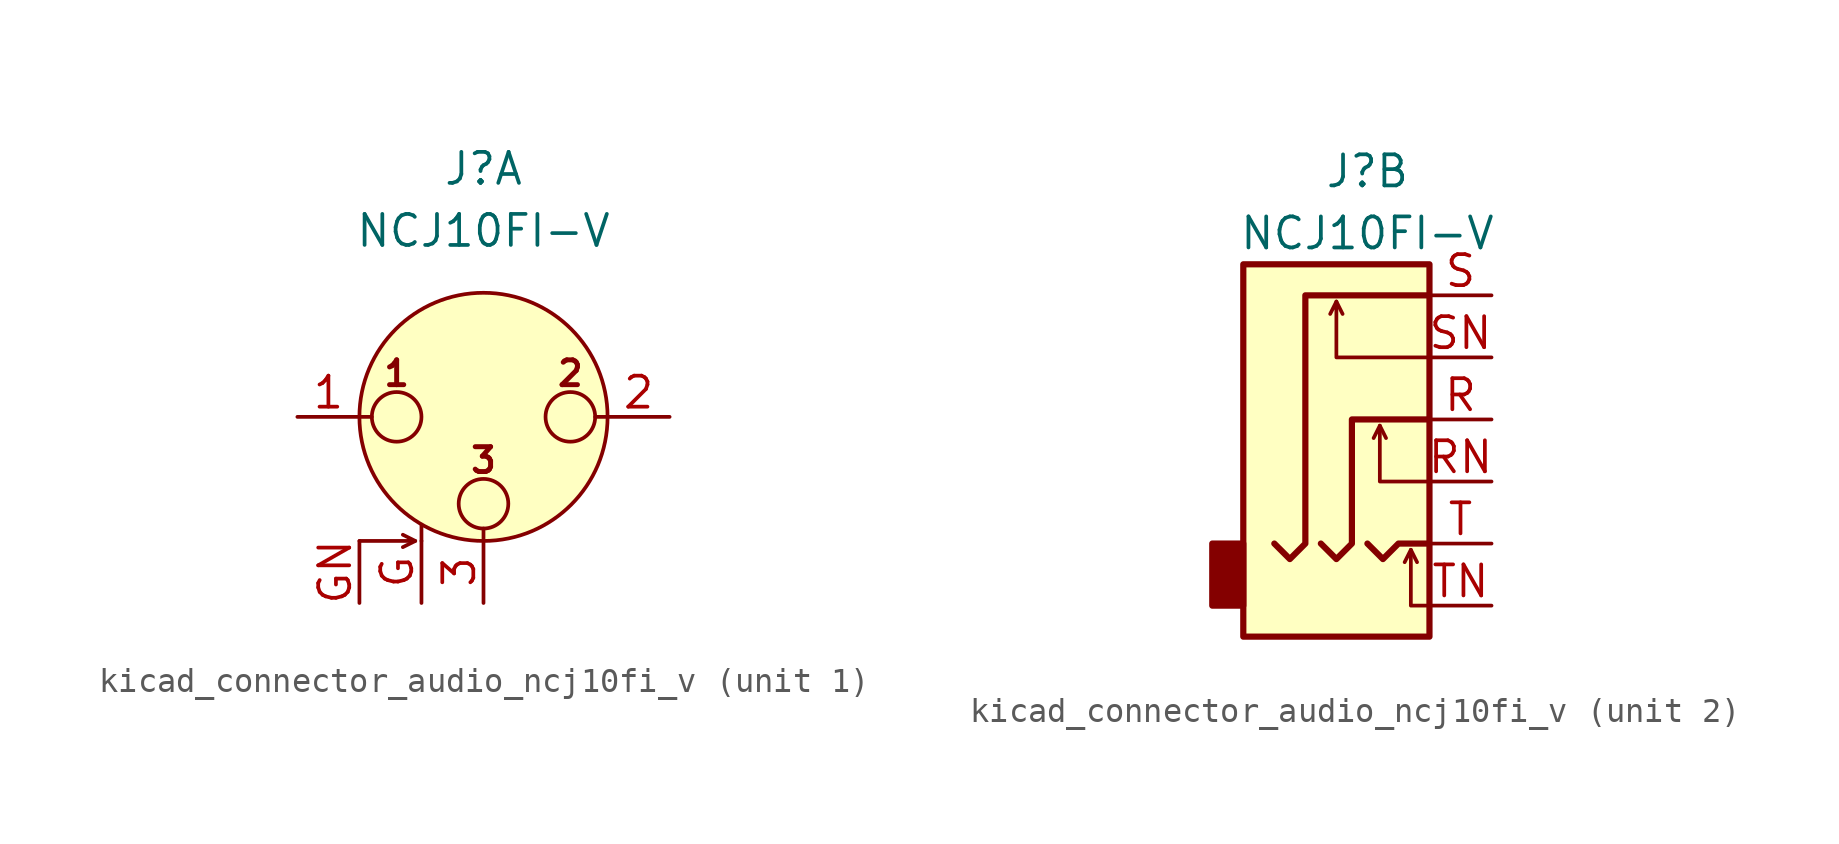
<source format=kicad_sym>
(kicad_symbol_lib
  (version 20220914)
  (generator kicad_symbol_editor)
  (symbol "kicad_connector_audio_ncj10fi_v"
    (pin_names hide)
    (property "Reference" "J"
      (at 0 10.16 0)
      (effects (font (size 1.27 1.27))))
    (property "Value" "NCJ10FI-V"
      (at 0 7.62 0)
      (effects (font (size 1.27 1.27))))
    (symbol "kicad_connector_audio_ncj10fi_v_1_1"
      (circle (center -3.556 0) (radius 1.016) (stroke (width 0) (type default)) (fill (type none)))
      (circle (center 0 -3.556) (radius 1.016) (stroke (width 0) (type default)) (fill (type none)))
      (polyline (pts (xy -5.08 0) (xy -4.572 0)) (stroke (width 0) (type default)) (fill (type none)))
      (polyline (pts (xy -2.794 -5.08) (xy -3.302 -5.334)) (stroke (width 0) (type default)) (fill (type none)))
      (polyline (pts (xy -2.54 -5.08) (xy -2.54 -4.445)) (stroke (width 0) (type default)) (fill (type none)))
      (polyline (pts (xy 0 -5.08) (xy 0 -4.572)) (stroke (width 0) (type default)) (fill (type none)))
      (polyline (pts (xy 5.08 0) (xy 4.572 0)) (stroke (width 0) (type default)) (fill (type none)))
      (polyline (pts (xy -5.08 -5.08) (xy -2.794 -5.08) (xy -3.302 -4.826)) (stroke (width 0) (type default)) (fill (type none)))
      (circle (center 0 0) (radius 5.08) (stroke (width 0) (type default)) (fill (type background)))
      (circle (center 3.556 0) (radius 1.016) (stroke (width 0) (type default)) (fill (type none)))
      (text "1" (at -3.556 1.778 0) (effects (font (size 1.016 1.016) bold)))
      (text "2" (at 3.556 1.778 0) (effects (font (size 1.016 1.016) bold)))
      (text "3" (at 0 -1.778 0) (effects (font (size 1.016 1.016) bold)))
      (pin passive line (at -7.62 0 0) (length 2.54) (name "~" (effects (font (size 1.27 1.27)))) (number "1" (effects (font (size 1.27 1.27)))))
      (pin passive line (at 7.62 0 180) (length 2.54) (name "~" (effects (font (size 1.27 1.27)))) (number "2" (effects (font (size 1.27 1.27)))))
      (pin passive line (at 0 -7.62 90) (length 2.54) (name "~" (effects (font (size 1.27 1.27)))) (number "3" (effects (font (size 1.27 1.27)))))
      (pin passive line (at -2.54 -7.62 90) (length 2.54) (name "~" (effects (font (size 1.27 1.27)))) (number "G" (effects (font (size 1.27 1.27)))))
      (pin passive line (at -5.08 -7.62 90) (length 2.54) (name "~" (effects (font (size 1.27 1.27)))) (number "GN" (effects (font (size 1.27 1.27))))))
    (symbol "kicad_connector_audio_ncj10fi_v_2_1"
      (rectangle (start -5.08 -5.08) (end -6.35 -7.62) (stroke (width 0.254) (type default)) (fill (type outline)))
      (polyline (pts (xy -1.27 4.826) (xy -1.016 4.318)) (stroke (width 0) (type default)) (fill (type none)))
      (polyline (pts (xy 0.508 -0.254) (xy 0.762 -0.762)) (stroke (width 0) (type default)) (fill (type none)))
      (polyline (pts (xy 1.778 -5.334) (xy 2.032 -5.842)) (stroke (width 0) (type default)) (fill (type none)))
      (polyline (pts (xy 0 -5.08) (xy 0.635 -5.715) (xy 1.27 -5.08) (xy 2.54 -5.08)) (stroke (width 0.254) (type default)) (fill (type none)))
      (polyline (pts (xy 2.54 -7.62) (xy 1.778 -7.62) (xy 1.778 -5.334) (xy 1.524 -5.842)) (stroke (width 0) (type default)) (fill (type none)))
      (polyline (pts (xy 2.54 -2.54) (xy 0.508 -2.54) (xy 0.508 -0.254) (xy 0.254 -0.762)) (stroke (width 0) (type default)) (fill (type none)))
      (polyline (pts (xy 2.54 2.54) (xy -1.27 2.54) (xy -1.27 4.826) (xy -1.524 4.318)) (stroke (width 0) (type default)) (fill (type none)))
      (polyline (pts (xy -1.905 -5.08) (xy -1.27 -5.715) (xy -0.635 -5.08) (xy -0.635 0) (xy 2.54 0)) (stroke (width 0.254) (type default)) (fill (type none)))
      (polyline (pts (xy 2.54 5.08) (xy -2.54 5.08) (xy -2.54 -5.08) (xy -3.175 -5.715) (xy -3.81 -5.08)) (stroke (width 0.254) (type default)) (fill (type none)))
      (rectangle (start 2.54 6.35) (end -5.08 -8.89) (stroke (width 0.254) (type default)) (fill (type background)))
      (pin passive line (at 5.08 0 180) (length 2.54) (name "~" (effects (font (size 1.27 1.27)))) (number "R" (effects (font (size 1.27 1.27)))))
      (pin passive line (at 5.08 -2.54 180) (length 2.54) (name "~" (effects (font (size 1.27 1.27)))) (number "RN" (effects (font (size 1.27 1.27)))))
      (pin passive line (at 5.08 5.08 180) (length 2.54) (name "~" (effects (font (size 1.27 1.27)))) (number "S" (effects (font (size 1.27 1.27)))))
      (pin passive line (at 5.08 2.54 180) (length 2.54) (name "~" (effects (font (size 1.27 1.27)))) (number "SN" (effects (font (size 1.27 1.27)))))
      (pin passive line (at 5.08 -5.08 180) (length 2.54) (name "~" (effects (font (size 1.27 1.27)))) (number "T" (effects (font (size 1.27 1.27)))))
      (pin passive line (at 5.08 -7.62 180) (length 2.54) (name "~" (effects (font (size 1.27 1.27)))) (number "TN" (effects (font (size 1.27 1.27))))))))
</source>
